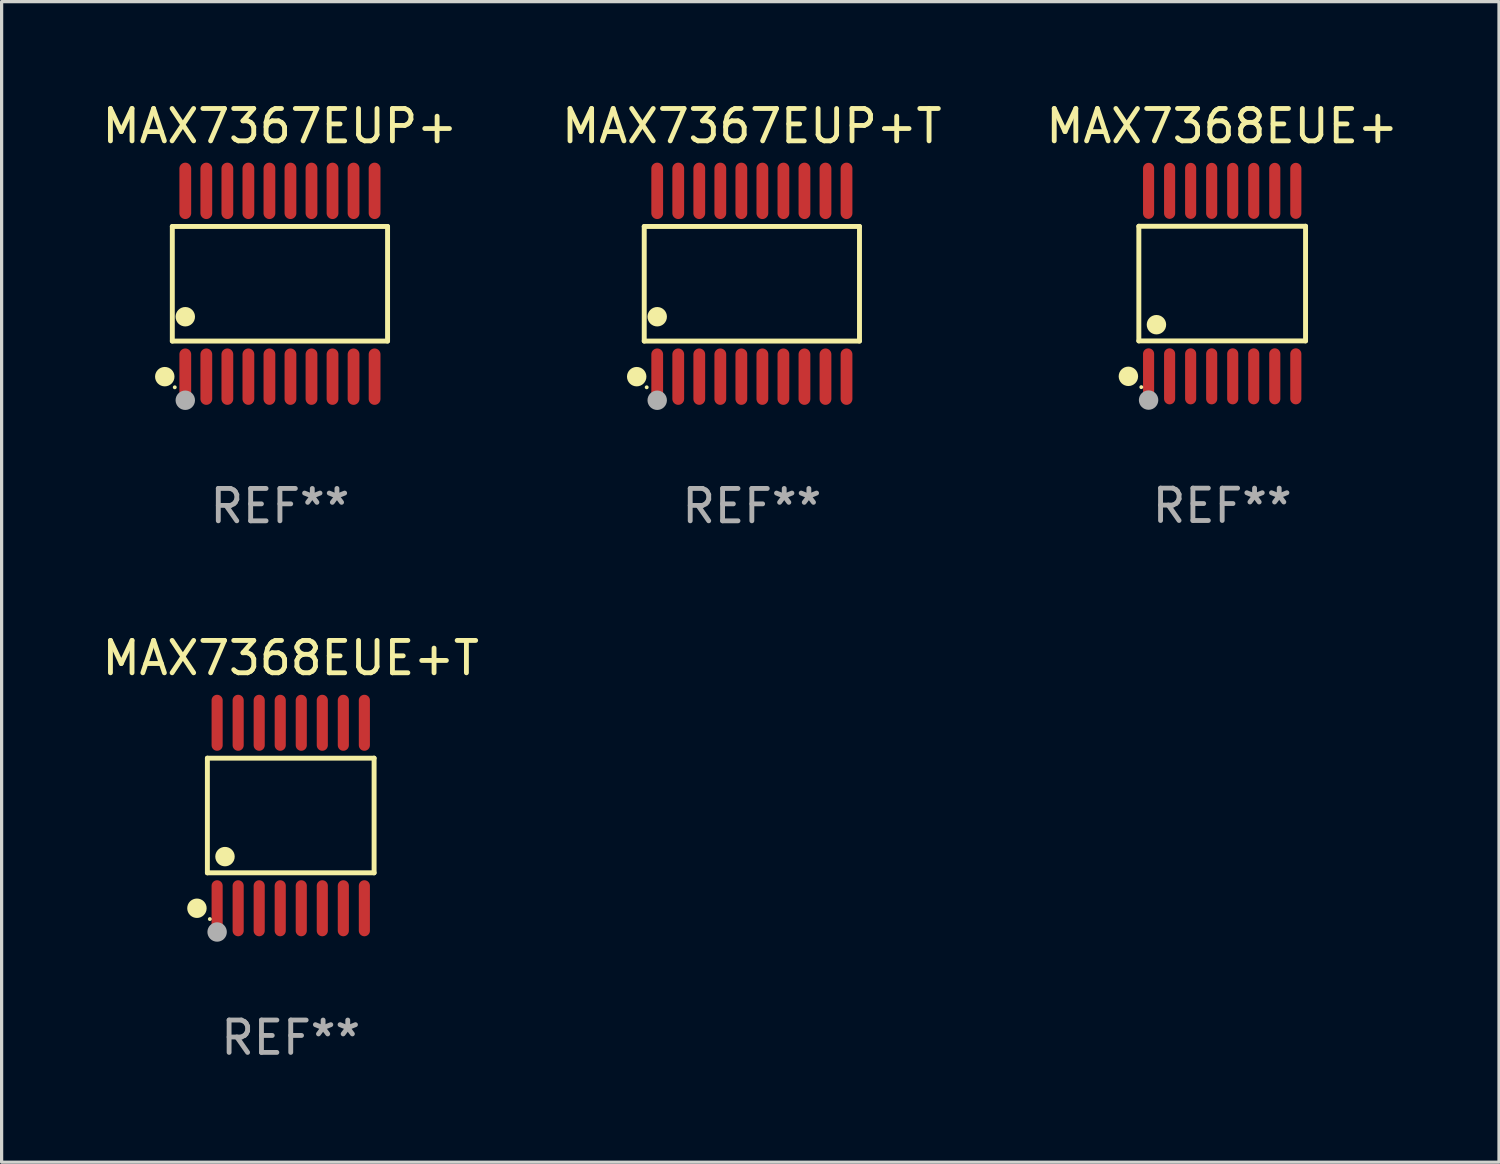
<source format=kicad_pcb>
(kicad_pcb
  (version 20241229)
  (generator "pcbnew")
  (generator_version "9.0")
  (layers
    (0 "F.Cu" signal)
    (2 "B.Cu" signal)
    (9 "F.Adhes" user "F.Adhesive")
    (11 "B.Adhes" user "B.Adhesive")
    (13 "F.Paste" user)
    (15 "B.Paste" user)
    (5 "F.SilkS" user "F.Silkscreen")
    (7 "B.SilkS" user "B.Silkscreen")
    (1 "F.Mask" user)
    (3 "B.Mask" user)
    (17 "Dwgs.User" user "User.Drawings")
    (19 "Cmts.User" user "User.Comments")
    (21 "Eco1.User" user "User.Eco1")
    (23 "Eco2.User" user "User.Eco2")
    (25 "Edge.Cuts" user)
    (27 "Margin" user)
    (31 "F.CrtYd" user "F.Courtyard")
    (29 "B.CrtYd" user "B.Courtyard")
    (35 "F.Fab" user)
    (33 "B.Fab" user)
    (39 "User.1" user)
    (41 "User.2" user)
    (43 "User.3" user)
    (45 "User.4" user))
  (footprint "MAX7368EUE+T"
    (layer "F.Cu")
    (at 5.935 22.152)
    (property "Reference" "MAX7368EUE+T" (at 0 -4.866 0) (layer "F.SilkS") (effects (font (size 1 1) (thickness 0.15))))
    (attr through_hole)
    (fp_line (start -2.576 -1.772) (end 2.576 -1.772) (stroke (width 0.152) (type solid)) (layer "F.SilkS"))
    (fp_line (start -2.576 1.771) (end -2.576 -1.772) (stroke (width 0.152) (type solid)) (layer "F.SilkS"))
    (fp_line (start 2.576 -1.772) (end 2.576 1.771) (stroke (width 0.152) (type solid)) (layer "F.SilkS"))
    (fp_line (start 2.576 1.771) (end -2.576 1.771) (stroke (width 0.152) (type solid)) (layer "F.SilkS"))
    (fp_circle (center -2.899 2.866) (end -2.749 2.866) (stroke (width 0.3) (type solid)) (fill no) (layer "F.SilkS"))
    (fp_circle (center -2.5 3.2) (end -2.47 3.2) (stroke (width 0.06) (type solid)) (fill no) (layer "F.SilkS"))
    (fp_circle (center -2.032 1.27) (end -1.882 1.27) (stroke (width 0.3) (type solid)) (fill no) (layer "F.SilkS"))
    (fp_circle (center -2.275 3.6) (end -2.125 3.6) (stroke (width 0.3) (type solid)) (fill no) (layer "F.Fab"))
    (fp_text user "REF**" (at 0 6.866 0) (layer "F.Fab") (effects (font (size 1 1) (thickness 0.15))))
    (pad "1" smd oval (at -2.275 2.866) (size 0.343 1.731) (layers "F.Cu" "F.Mask" "F.Paste"))
    (pad "2" smd oval (at -1.625 2.866) (size 0.343 1.731) (layers "F.Cu" "F.Mask" "F.Paste"))
    (pad "3" smd oval (at -0.975 2.866) (size 0.343 1.731) (layers "F.Cu" "F.Mask" "F.Paste"))
    (pad "4" smd oval (at -0.325 2.866) (size 0.343 1.731) (layers "F.Cu" "F.Mask" "F.Paste"))
    (pad "5" smd oval (at 0.325 2.866) (size 0.343 1.731) (layers "F.Cu" "F.Mask" "F.Paste"))
    (pad "6" smd oval (at 0.975 2.866) (size 0.343 1.731) (layers "F.Cu" "F.Mask" "F.Paste"))
    (pad "7" smd oval (at 1.625 2.866) (size 0.343 1.731) (layers "F.Cu" "F.Mask" "F.Paste"))
    (pad "8" smd oval (at 2.275 2.866) (size 0.343 1.731) (layers "F.Cu" "F.Mask" "F.Paste"))
    (pad "9" smd oval (at 2.275 -2.866) (size 0.343 1.731) (layers "F.Cu" "F.Mask" "F.Paste"))
    (pad "10" smd oval (at 1.625 -2.866) (size 0.343 1.731) (layers "F.Cu" "F.Mask" "F.Paste"))
    (pad "11" smd oval (at 0.975 -2.866) (size 0.343 1.731) (layers "F.Cu" "F.Mask" "F.Paste"))
    (pad "12" smd oval (at 0.325 -2.866) (size 0.343 1.731) (layers "F.Cu" "F.Mask" "F.Paste"))
    (pad "13" smd oval (at -0.325 -2.866) (size 0.343 1.731) (layers "F.Cu" "F.Mask" "F.Paste"))
    (pad "14" smd oval (at -0.975 -2.866) (size 0.343 1.731) (layers "F.Cu" "F.Mask" "F.Paste"))
    (pad "15" smd oval (at -1.625 -2.866) (size 0.343 1.731) (layers "F.Cu" "F.Mask" "F.Paste"))
    (pad "16" smd oval (at -2.275 -2.866) (size 0.343 1.731) (layers "F.Cu" "F.Mask" "F.Paste")))
  (footprint "MAX7368EUE+"
    (layer "F.Cu")
    (at 34.72 5.714)
    (property "Reference" "MAX7368EUE+" (at 0 -4.866 0) (layer "F.SilkS") (effects (font (size 1 1) (thickness 0.15))))
    (attr through_hole)
    (fp_line (start -2.576 -1.772) (end 2.576 -1.772) (stroke (width 0.152) (type solid)) (layer "F.SilkS"))
    (fp_line (start -2.576 1.771) (end -2.576 -1.772) (stroke (width 0.152) (type solid)) (layer "F.SilkS"))
    (fp_line (start 2.576 -1.772) (end 2.576 1.771) (stroke (width 0.152) (type solid)) (layer "F.SilkS"))
    (fp_line (start 2.576 1.771) (end -2.576 1.771) (stroke (width 0.152) (type solid)) (layer "F.SilkS"))
    (fp_circle (center -2.899 2.866) (end -2.749 2.866) (stroke (width 0.3) (type solid)) (fill no) (layer "F.SilkS"))
    (fp_circle (center -2.5 3.2) (end -2.47 3.2) (stroke (width 0.06) (type solid)) (fill no) (layer "F.SilkS"))
    (fp_circle (center -2.032 1.27) (end -1.882 1.27) (stroke (width 0.3) (type solid)) (fill no) (layer "F.SilkS"))
    (fp_circle (center -2.275 3.6) (end -2.125 3.6) (stroke (width 0.3) (type solid)) (fill no) (layer "F.Fab"))
    (fp_text user "REF**" (at 0 6.866 0) (layer "F.Fab") (effects (font (size 1 1) (thickness 0.15))))
    (pad "1" smd oval (at -2.275 2.866) (size 0.343 1.731) (layers "F.Cu" "F.Mask" "F.Paste"))
    (pad "2" smd oval (at -1.625 2.866) (size 0.343 1.731) (layers "F.Cu" "F.Mask" "F.Paste"))
    (pad "3" smd oval (at -0.975 2.866) (size 0.343 1.731) (layers "F.Cu" "F.Mask" "F.Paste"))
    (pad "4" smd oval (at -0.325 2.866) (size 0.343 1.731) (layers "F.Cu" "F.Mask" "F.Paste"))
    (pad "5" smd oval (at 0.325 2.866) (size 0.343 1.731) (layers "F.Cu" "F.Mask" "F.Paste"))
    (pad "6" smd oval (at 0.975 2.866) (size 0.343 1.731) (layers "F.Cu" "F.Mask" "F.Paste"))
    (pad "7" smd oval (at 1.625 2.866) (size 0.343 1.731) (layers "F.Cu" "F.Mask" "F.Paste"))
    (pad "8" smd oval (at 2.275 2.866) (size 0.343 1.731) (layers "F.Cu" "F.Mask" "F.Paste"))
    (pad "9" smd oval (at 2.275 -2.866) (size 0.343 1.731) (layers "F.Cu" "F.Mask" "F.Paste"))
    (pad "10" smd oval (at 1.625 -2.866) (size 0.343 1.731) (layers "F.Cu" "F.Mask" "F.Paste"))
    (pad "11" smd oval (at 0.975 -2.866) (size 0.343 1.731) (layers "F.Cu" "F.Mask" "F.Paste"))
    (pad "12" smd oval (at 0.325 -2.866) (size 0.343 1.731) (layers "F.Cu" "F.Mask" "F.Paste"))
    (pad "13" smd oval (at -0.325 -2.866) (size 0.343 1.731) (layers "F.Cu" "F.Mask" "F.Paste"))
    (pad "14" smd oval (at -0.975 -2.866) (size 0.343 1.731) (layers "F.Cu" "F.Mask" "F.Paste"))
    (pad "15" smd oval (at -1.625 -2.866) (size 0.343 1.731) (layers "F.Cu" "F.Mask" "F.Paste"))
    (pad "16" smd oval (at -2.275 -2.866) (size 0.343 1.731) (layers "F.Cu" "F.Mask" "F.Paste")))
  (footprint "MAX7367EUP+"
    (layer "F.Cu")
    (at 5.601 5.719)
    (property "Reference" "MAX7367EUP+" (at 0 -4.871 0) (layer "F.SilkS") (effects (font (size 1 1) (thickness 0.15))))
    (attr through_hole)
    (fp_line (start -3.326 -1.771) (end 3.326 -1.771) (stroke (width 0.152) (type solid)) (layer "F.SilkS"))
    (fp_line (start -3.326 1.771) (end -3.326 -1.771) (stroke (width 0.152) (type solid)) (layer "F.SilkS"))
    (fp_line (start 3.326 -1.771) (end 3.326 1.771) (stroke (width 0.152) (type solid)) (layer "F.SilkS"))
    (fp_line (start 3.326 1.771) (end -3.326 1.771) (stroke (width 0.152) (type solid)) (layer "F.SilkS"))
    (fp_circle (center -3.559 2.871) (end -3.409 2.871) (stroke (width 0.3) (type solid)) (fill no) (layer "F.SilkS"))
    (fp_circle (center -3.25 3.2) (end -3.22 3.2) (stroke (width 0.06) (type solid)) (fill no) (layer "F.SilkS"))
    (fp_circle (center -2.925 1.019) (end -2.775 1.019) (stroke (width 0.3) (type solid)) (fill no) (layer "F.SilkS"))
    (fp_circle (center -2.925 3.6) (end -2.775 3.6) (stroke (width 0.3) (type solid)) (fill no) (layer "F.Fab"))
    (fp_text user "REF**" (at 0 6.871 0) (layer "F.Fab") (effects (font (size 1 1) (thickness 0.15))))
    (pad "1" smd oval (at -2.925 2.871) (size 0.364 1.742) (layers "F.Cu" "F.Mask" "F.Paste"))
    (pad "2" smd oval (at -2.275 2.871) (size 0.364 1.742) (layers "F.Cu" "F.Mask" "F.Paste"))
    (pad "3" smd oval (at -1.625 2.871) (size 0.364 1.742) (layers "F.Cu" "F.Mask" "F.Paste"))
    (pad "4" smd oval (at -0.975 2.871) (size 0.364 1.742) (layers "F.Cu" "F.Mask" "F.Paste"))
    (pad "5" smd oval (at -0.325 2.871) (size 0.364 1.742) (layers "F.Cu" "F.Mask" "F.Paste"))
    (pad "6" smd oval (at 0.325 2.871) (size 0.364 1.742) (layers "F.Cu" "F.Mask" "F.Paste"))
    (pad "7" smd oval (at 0.975 2.871) (size 0.364 1.742) (layers "F.Cu" "F.Mask" "F.Paste"))
    (pad "8" smd oval (at 1.625 2.871) (size 0.364 1.742) (layers "F.Cu" "F.Mask" "F.Paste"))
    (pad "9" smd oval (at 2.275 2.871) (size 0.364 1.742) (layers "F.Cu" "F.Mask" "F.Paste"))
    (pad "10" smd oval (at 2.925 2.871) (size 0.364 1.742) (layers "F.Cu" "F.Mask" "F.Paste"))
    (pad "11" smd oval (at 2.925 -2.871) (size 0.364 1.742) (layers "F.Cu" "F.Mask" "F.Paste"))
    (pad "12" smd oval (at 2.275 -2.871) (size 0.364 1.742) (layers "F.Cu" "F.Mask" "F.Paste"))
    (pad "13" smd oval (at 1.625 -2.871) (size 0.364 1.742) (layers "F.Cu" "F.Mask" "F.Paste"))
    (pad "14" smd oval (at 0.975 -2.871) (size 0.364 1.742) (layers "F.Cu" "F.Mask" "F.Paste"))
    (pad "15" smd oval (at 0.325 -2.871) (size 0.364 1.742) (layers "F.Cu" "F.Mask" "F.Paste"))
    (pad "16" smd oval (at -0.325 -2.871) (size 0.364 1.742) (layers "F.Cu" "F.Mask" "F.Paste"))
    (pad "17" smd oval (at -0.975 -2.871) (size 0.364 1.742) (layers "F.Cu" "F.Mask" "F.Paste"))
    (pad "18" smd oval (at -1.625 -2.871) (size 0.364 1.742) (layers "F.Cu" "F.Mask" "F.Paste"))
    (pad "19" smd oval (at -2.275 -2.871) (size 0.364 1.742) (layers "F.Cu" "F.Mask" "F.Paste"))
    (pad "20" smd oval (at -2.925 -2.871) (size 0.364 1.742) (layers "F.Cu" "F.Mask" "F.Paste")))
  (footprint "MAX7367EUP+T"
    (layer "F.Cu")
    (at 20.185 5.719)
    (property "Reference" "MAX7367EUP+T" (at 0 -4.871 0) (layer "F.SilkS") (effects (font (size 1 1) (thickness 0.15))))
    (attr through_hole)
    (fp_line (start -3.326 -1.771) (end 3.326 -1.771) (stroke (width 0.152) (type solid)) (layer "F.SilkS"))
    (fp_line (start -3.326 1.771) (end -3.326 -1.771) (stroke (width 0.152) (type solid)) (layer "F.SilkS"))
    (fp_line (start 3.326 -1.771) (end 3.326 1.771) (stroke (width 0.152) (type solid)) (layer "F.SilkS"))
    (fp_line (start 3.326 1.771) (end -3.326 1.771) (stroke (width 0.152) (type solid)) (layer "F.SilkS"))
    (fp_circle (center -3.559 2.871) (end -3.409 2.871) (stroke (width 0.3) (type solid)) (fill no) (layer "F.SilkS"))
    (fp_circle (center -3.25 3.2) (end -3.22 3.2) (stroke (width 0.06) (type solid)) (fill no) (layer "F.SilkS"))
    (fp_circle (center -2.925 1.019) (end -2.775 1.019) (stroke (width 0.3) (type solid)) (fill no) (layer "F.SilkS"))
    (fp_circle (center -2.925 3.6) (end -2.775 3.6) (stroke (width 0.3) (type solid)) (fill no) (layer "F.Fab"))
    (fp_text user "REF**" (at 0 6.871 0) (layer "F.Fab") (effects (font (size 1 1) (thickness 0.15))))
    (pad "1" smd oval (at -2.925 2.871) (size 0.364 1.742) (layers "F.Cu" "F.Mask" "F.Paste"))
    (pad "2" smd oval (at -2.275 2.871) (size 0.364 1.742) (layers "F.Cu" "F.Mask" "F.Paste"))
    (pad "3" smd oval (at -1.625 2.871) (size 0.364 1.742) (layers "F.Cu" "F.Mask" "F.Paste"))
    (pad "4" smd oval (at -0.975 2.871) (size 0.364 1.742) (layers "F.Cu" "F.Mask" "F.Paste"))
    (pad "5" smd oval (at -0.325 2.871) (size 0.364 1.742) (layers "F.Cu" "F.Mask" "F.Paste"))
    (pad "6" smd oval (at 0.325 2.871) (size 0.364 1.742) (layers "F.Cu" "F.Mask" "F.Paste"))
    (pad "7" smd oval (at 0.975 2.871) (size 0.364 1.742) (layers "F.Cu" "F.Mask" "F.Paste"))
    (pad "8" smd oval (at 1.625 2.871) (size 0.364 1.742) (layers "F.Cu" "F.Mask" "F.Paste"))
    (pad "9" smd oval (at 2.275 2.871) (size 0.364 1.742) (layers "F.Cu" "F.Mask" "F.Paste"))
    (pad "10" smd oval (at 2.925 2.871) (size 0.364 1.742) (layers "F.Cu" "F.Mask" "F.Paste"))
    (pad "11" smd oval (at 2.925 -2.871) (size 0.364 1.742) (layers "F.Cu" "F.Mask" "F.Paste"))
    (pad "12" smd oval (at 2.275 -2.871) (size 0.364 1.742) (layers "F.Cu" "F.Mask" "F.Paste"))
    (pad "13" smd oval (at 1.625 -2.871) (size 0.364 1.742) (layers "F.Cu" "F.Mask" "F.Paste"))
    (pad "14" smd oval (at 0.975 -2.871) (size 0.364 1.742) (layers "F.Cu" "F.Mask" "F.Paste"))
    (pad "15" smd oval (at 0.325 -2.871) (size 0.364 1.742) (layers "F.Cu" "F.Mask" "F.Paste"))
    (pad "16" smd oval (at -0.325 -2.871) (size 0.364 1.742) (layers "F.Cu" "F.Mask" "F.Paste"))
    (pad "17" smd oval (at -0.975 -2.871) (size 0.364 1.742) (layers "F.Cu" "F.Mask" "F.Paste"))
    (pad "18" smd oval (at -1.625 -2.871) (size 0.364 1.742) (layers "F.Cu" "F.Mask" "F.Paste"))
    (pad "19" smd oval (at -2.275 -2.871) (size 0.364 1.742) (layers "F.Cu" "F.Mask" "F.Paste"))
    (pad "20" smd oval (at -2.925 -2.871) (size 0.364 1.742) (layers "F.Cu" "F.Mask" "F.Paste")))
  (gr_rect
    (start -3 -3)
    (end 43.274 32.866)
    (stroke (width 0.1) (type default))
    (fill no)
    (layer "Edge.Cuts")))
</source>
